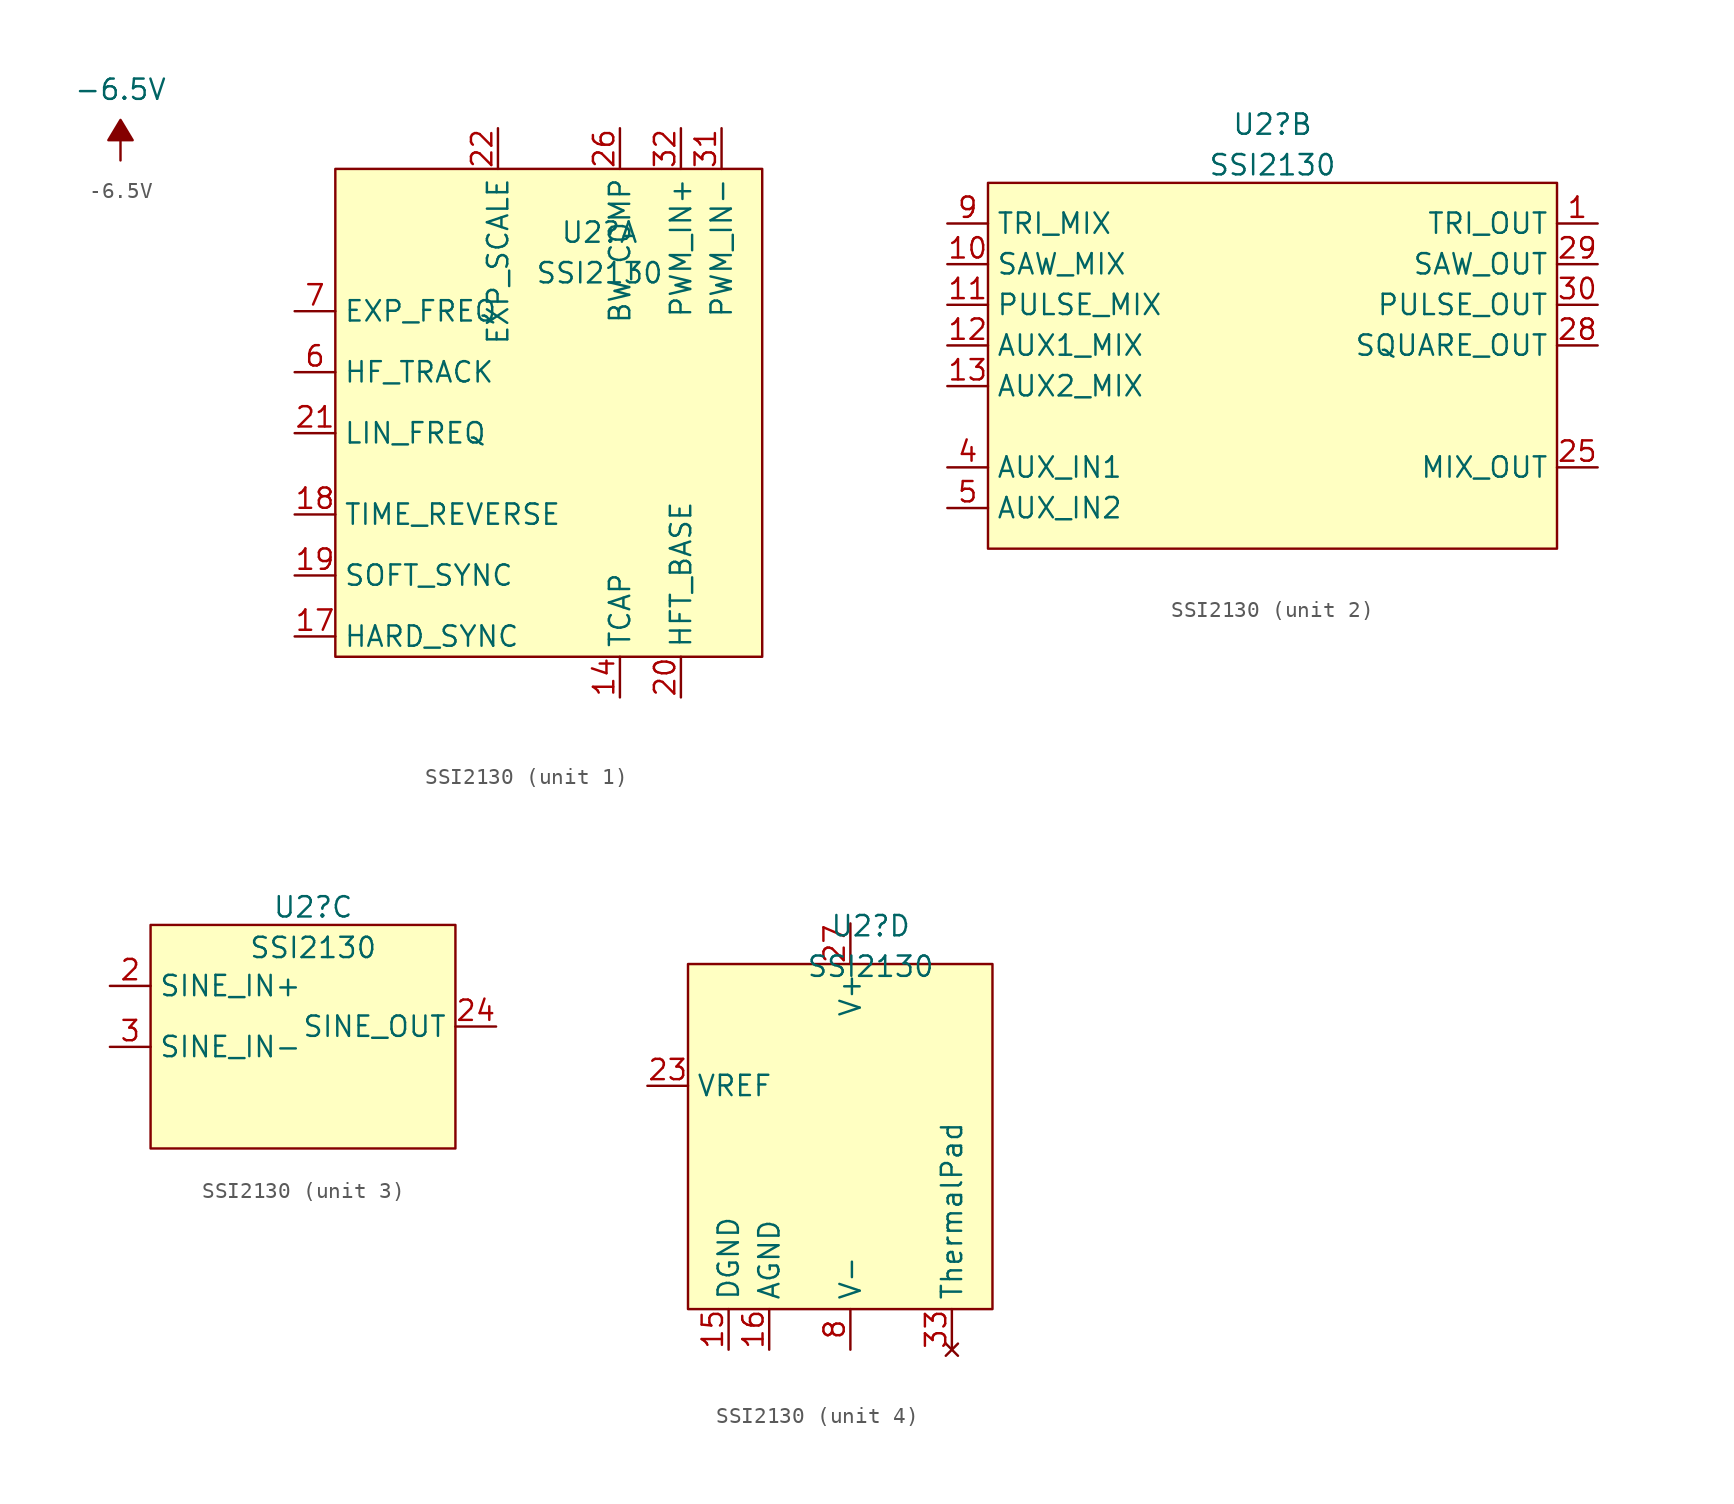
<source format=kicad_sym>
(kicad_symbol_lib
  (version 20220914)
  (generator kicad_symbol_editor)
  (symbol "-6.5V"
    (power)
    (pin_names
      (offset 0))
    (property "Reference" "#PWR07"
      (at 0 2.54 0)
      (effects (font (size 1.27 1.27)) hide))
    (property "Value" "-6.5V"
      (at 0 4.443 0)
      (effects (font (size 1.27 1.27))))
    (symbol "-6.5V_0_0"
      (pin power_in line (at 0 0 90) (length 0) hide (name "-6V" (effects (font (size 1.27 1.27)))) (number "1" (effects (font (size 1.27 1.27))))))
    (symbol "-6.5V_0_1"
      (polyline (pts (xy 0 0) (xy 0 1.27) (xy 0.762 1.27) (xy 0 2.54) (xy -0.762 1.27) (xy 0 1.27)) (stroke (width 0) (type default)) (fill (type outline)))))
  (symbol "SSI2130"
    (property "Reference" "U2"
      (at 1.27 9.999 0)
      (effects (font (size 1.27 1.27))))
    (property "Value" "SSI2130"
      (at 1.27 7.462 0)
      (effects (font (size 1.27 1.27))))
    (property "ki_locked" ""
      (at 0 0 0)
      (effects (font (size 1.27 1.27))))
    (symbol "SSI2130_1_1"
      (rectangle (start -15.24 13.97) (end 11.43 -16.51) (stroke (width 0.152) (type default)) (fill (type background)))
      (pin input line (at 2.54 -19.05 90) (length 2.54) (name "TCAP" (effects (font (size 1.27 1.27)))) (number "14" (effects (font (size 1.27 1.27)))))
      (pin input line (at -17.78 -15.24 0) (length 2.54) (name "HARD_SYNC" (effects (font (size 1.27 1.27)))) (number "17" (effects (font (size 1.27 1.27)))))
      (pin input line (at -17.78 -7.62 0) (length 2.54) (name "TIME_REVERSE" (effects (font (size 1.27 1.27)))) (number "18" (effects (font (size 1.27 1.27)))))
      (pin input line (at -17.78 -11.43 0) (length 2.54) (name "SOFT_SYNC" (effects (font (size 1.27 1.27)))) (number "19" (effects (font (size 1.27 1.27)))))
      (pin input line (at 6.35 -19.05 90) (length 2.54) (name "HFT_BASE" (effects (font (size 1.27 1.27)))) (number "20" (effects (font (size 1.27 1.27)))))
      (pin input line (at -17.78 -2.54 0) (length 2.54) (name "LIN_FREQ" (effects (font (size 1.27 1.27)))) (number "21" (effects (font (size 1.27 1.27)))))
      (pin input line (at -5.08 16.51 270) (length 2.54) (name "EXP_SCALE" (effects (font (size 1.27 1.27)))) (number "22" (effects (font (size 1.27 1.27)))))
      (pin output line (at 2.54 16.51 270) (length 2.54) (name "BW_COMP" (effects (font (size 1.27 1.27)))) (number "26" (effects (font (size 1.27 1.27)))))
      (pin input line (at 8.89 16.51 270) (length 2.54) (name "PWM_IN-" (effects (font (size 1.27 1.27)))) (number "31" (effects (font (size 1.27 1.27)))))
      (pin input line (at 6.35 16.51 270) (length 2.54) (name "PWM_IN+" (effects (font (size 1.27 1.27)))) (number "32" (effects (font (size 1.27 1.27)))))
      (pin input line (at -17.78 1.27 0) (length 2.54) (name "HF_TRACK" (effects (font (size 1.27 1.27)))) (number "6" (effects (font (size 1.27 1.27)))))
      (pin input line (at -17.78 5.08 0) (length 2.54) (name "EXP_FREQ" (effects (font (size 1.27 1.27)))) (number "7" (effects (font (size 1.27 1.27))))))
    (symbol "SSI2130_2_1"
      (rectangle (start -16.51 6.35) (end 19.05 -16.51) (stroke (width 0.152) (type default)) (fill (type background)))
      (pin output line (at 21.59 3.81 180) (length 2.54) (name "TRI_OUT" (effects (font (size 1.27 1.27)))) (number "1" (effects (font (size 1.27 1.27)))))
      (pin input line (at -19.05 1.27 0) (length 2.54) (name "SAW_MIX" (effects (font (size 1.27 1.27)))) (number "10" (effects (font (size 1.27 1.27)))))
      (pin input line (at -19.05 -1.27 0) (length 2.54) (name "PULSE_MIX" (effects (font (size 1.27 1.27)))) (number "11" (effects (font (size 1.27 1.27)))))
      (pin input line (at -19.05 -3.81 0) (length 2.54) (name "AUX1_MIX" (effects (font (size 1.27 1.27)))) (number "12" (effects (font (size 1.27 1.27)))))
      (pin input line (at -19.05 -6.35 0) (length 2.54) (name "AUX2_MIX" (effects (font (size 1.27 1.27)))) (number "13" (effects (font (size 1.27 1.27)))))
      (pin output line (at 21.59 -11.43 180) (length 2.54) (name "MIX_OUT" (effects (font (size 1.27 1.27)))) (number "25" (effects (font (size 1.27 1.27)))))
      (pin output line (at 21.59 -3.81 180) (length 2.54) (name "SQUARE_OUT" (effects (font (size 1.27 1.27)))) (number "28" (effects (font (size 1.27 1.27)))))
      (pin output line (at 21.59 1.27 180) (length 2.54) (name "SAW_OUT" (effects (font (size 1.27 1.27)))) (number "29" (effects (font (size 1.27 1.27)))))
      (pin output line (at 21.59 -1.27 180) (length 2.54) (name "PULSE_OUT" (effects (font (size 1.27 1.27)))) (number "30" (effects (font (size 1.27 1.27)))))
      (pin input line (at -19.05 -11.43 0) (length 2.54) (name "AUX_IN1" (effects (font (size 1.27 1.27)))) (number "4" (effects (font (size 1.27 1.27)))))
      (pin input line (at -19.05 -13.97 0) (length 2.54) (name "AUX_IN2" (effects (font (size 1.27 1.27)))) (number "5" (effects (font (size 1.27 1.27)))))
      (pin input line (at -19.05 3.81 0) (length 2.54) (name "TRI_MIX" (effects (font (size 1.27 1.27)))) (number "9" (effects (font (size 1.27 1.27))))))
    (symbol "SSI2130_3_1"
      (rectangle (start -8.89 8.89) (end 10.16 -5.08) (stroke (width 0.152) (type default)) (fill (type background)))
      (pin input line (at -11.43 5.08 0) (length 2.54) (name "SINE_IN+" (effects (font (size 1.27 1.27)))) (number "2" (effects (font (size 1.27 1.27)))))
      (pin output line (at 12.7 2.54 180) (length 2.54) (name "SINE_OUT" (effects (font (size 1.27 1.27)))) (number "24" (effects (font (size 1.27 1.27)))))
      (pin input line (at -11.43 1.27 0) (length 2.54) (name "SINE_IN-" (effects (font (size 1.27 1.27)))) (number "3" (effects (font (size 1.27 1.27))))))
    (symbol "SSI2130_4_1"
      (rectangle (start -10.16 7.62) (end 8.89 -13.97) (stroke (width 0.152) (type default)) (fill (type background)))
      (pin power_in line (at -7.62 -16.51 90) (length 2.54) (name "DGND" (effects (font (size 1.27 1.27)))) (number "15" (effects (font (size 1.27 1.27)))))
      (pin power_in line (at -5.08 -16.51 90) (length 2.54) (name "AGND" (effects (font (size 1.27 1.27)))) (number "16" (effects (font (size 1.27 1.27)))))
      (pin input line (at -12.7 0 0) (length 2.54) (name "VREF" (effects (font (size 1.27 1.27)))) (number "23" (effects (font (size 1.27 1.27)))))
      (pin power_in line (at 0 10.16 270) (length 2.54) (name "V+" (effects (font (size 1.27 1.27)))) (number "27" (effects (font (size 1.27 1.27)))))
      (pin no_connect line (at 6.35 -16.51 90) (length 2.54) (name "ThermalPad" (effects (font (size 1.27 1.27)))) (number "33" (effects (font (size 1.27 1.27)))))
      (pin power_in line (at 0 -16.51 90) (length 2.54) (name "V-" (effects (font (size 1.27 1.27)))) (number "8" (effects (font (size 1.27 1.27))))))))
</source>
